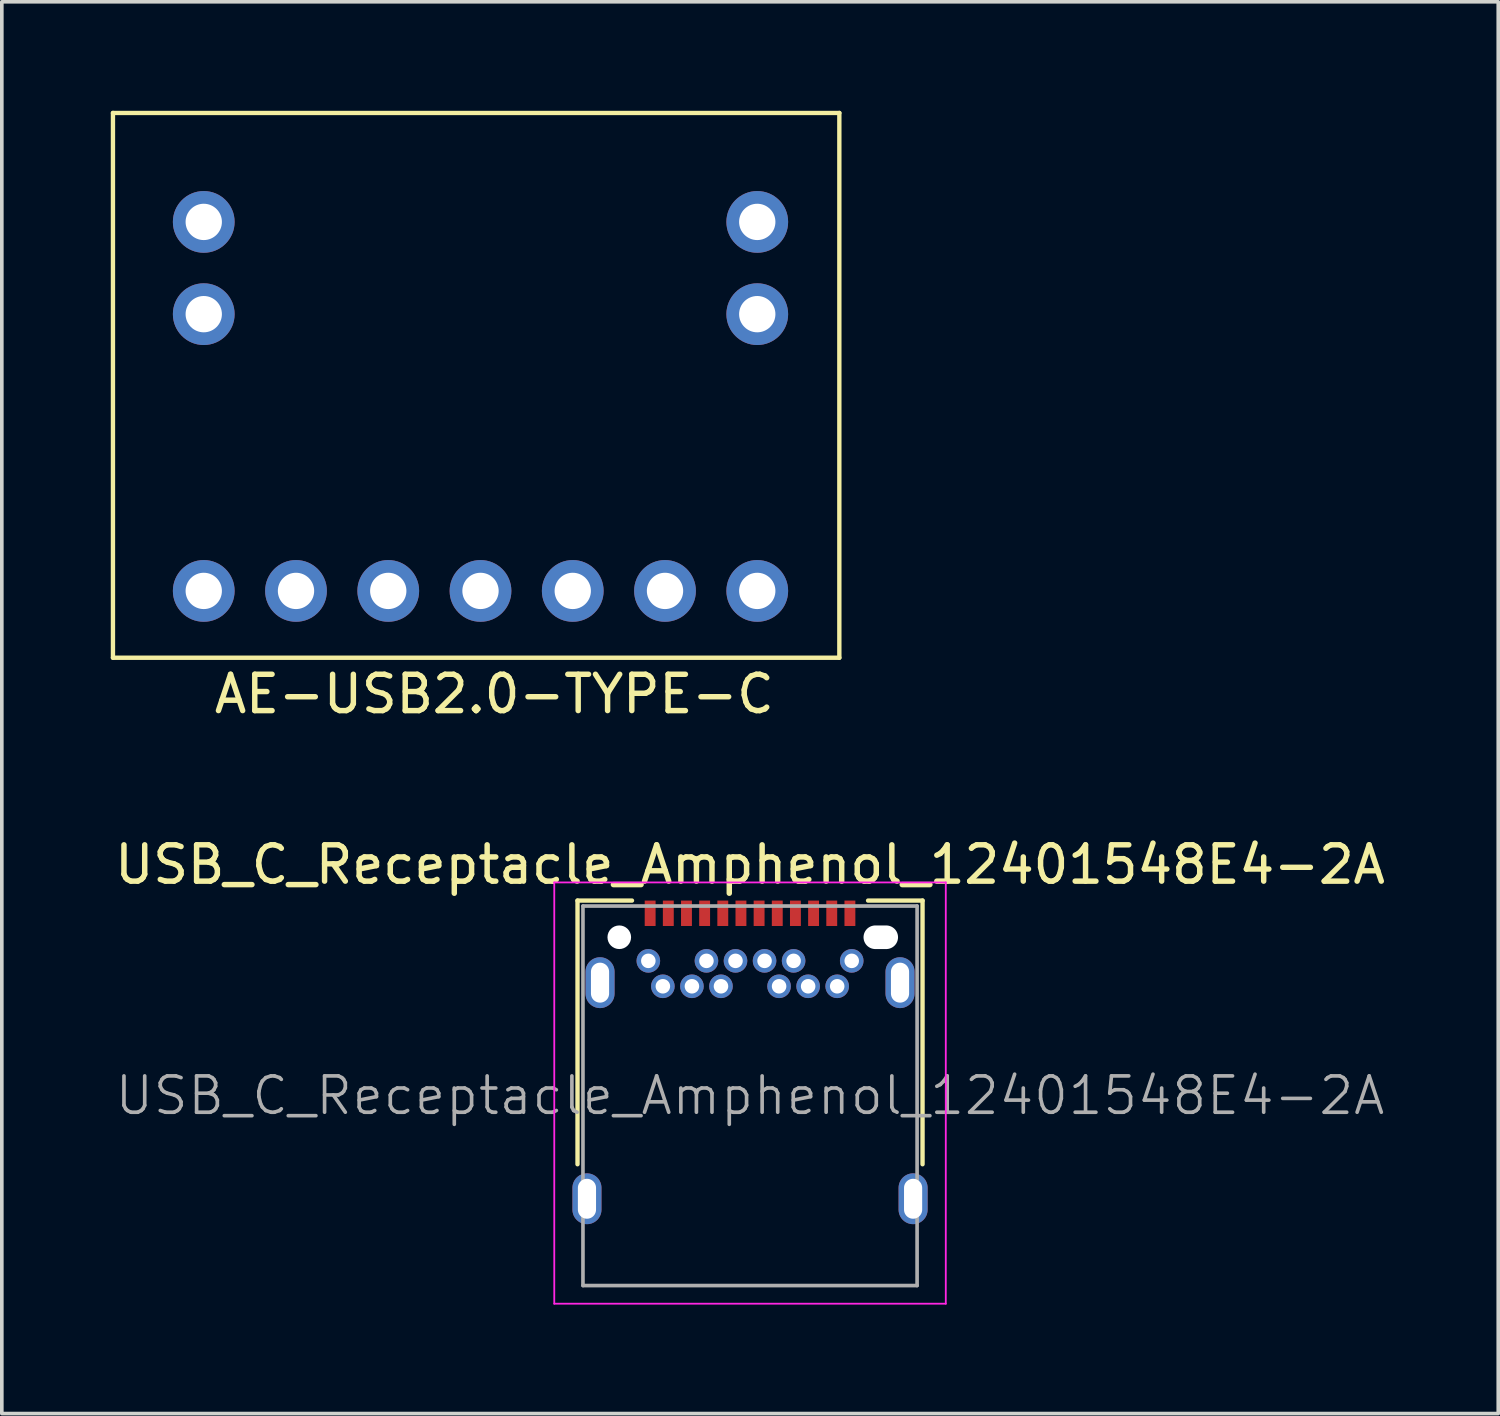
<source format=kicad_pcb>
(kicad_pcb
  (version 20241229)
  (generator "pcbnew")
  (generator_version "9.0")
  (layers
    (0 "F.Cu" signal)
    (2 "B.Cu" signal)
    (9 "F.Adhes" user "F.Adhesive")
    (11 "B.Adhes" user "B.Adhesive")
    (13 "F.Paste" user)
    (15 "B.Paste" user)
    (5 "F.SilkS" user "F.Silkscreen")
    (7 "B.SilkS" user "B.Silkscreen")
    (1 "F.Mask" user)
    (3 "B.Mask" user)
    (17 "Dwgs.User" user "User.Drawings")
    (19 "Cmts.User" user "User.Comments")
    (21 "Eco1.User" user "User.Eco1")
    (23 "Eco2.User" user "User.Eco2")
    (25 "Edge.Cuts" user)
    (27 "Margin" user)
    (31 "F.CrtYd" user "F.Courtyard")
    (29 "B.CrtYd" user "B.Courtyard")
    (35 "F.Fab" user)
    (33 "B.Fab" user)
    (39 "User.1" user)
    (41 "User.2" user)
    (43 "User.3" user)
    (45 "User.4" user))
  (footprint "AE-USB2.0-TYPE-C"
    (layer "F.Cu")
    (at 2.56 3.06)
    (property "Reference" "AE-USB2.0-TYPE-C" (at 8 13 0) (layer "F.SilkS") (effects (font (size 1 1) (thickness 0.15))))
    (attr through_hole)
    (fp_line (start -2.5 -3) (end 17.5 -3) (stroke (width 0.12) (type solid)) (layer "F.SilkS"))
    (fp_line (start -2.5 12) (end -2.5 -3) (stroke (width 0.12) (type solid)) (layer "F.SilkS"))
    (fp_line (start -2.5 12) (end 17.5 12) (stroke (width 0.12) (type solid)) (layer "F.SilkS"))
    (fp_line (start 17.5 12) (end 17.5 -3) (stroke (width 0.12) (type solid)) (layer "F.SilkS"))
    (pad "1" thru_hole circle (at 0 0) (size 1.7 1.7) (drill 1) (layers "*.Cu" "*.Mask"))
    (pad "2" thru_hole circle (at 0 2.54) (size 1.7 1.7) (drill 1) (layers "*.Cu" "*.Mask"))
    (pad "3" thru_hole circle (at 0 10.16) (size 1.7 1.7) (drill 1) (layers "*.Cu" "*.Mask"))
    (pad "4" thru_hole circle (at 2.54 10.16) (size 1.7 1.7) (drill 1) (layers "*.Cu" "*.Mask"))
    (pad "5" thru_hole circle (at 5.08 10.16) (size 1.7 1.7) (drill 1) (layers "*.Cu" "*.Mask"))
    (pad "6" thru_hole circle (at 7.62 10.16) (size 1.7 1.7) (drill 1) (layers "*.Cu" "*.Mask"))
    (pad "7" thru_hole circle (at 10.16 10.16) (size 1.7 1.7) (drill 1) (layers "*.Cu" "*.Mask"))
    (pad "8" thru_hole circle (at 12.7 10.16) (size 1.7 1.7) (drill 1) (layers "*.Cu" "*.Mask"))
    (pad "9" thru_hole circle (at 15.24 10.16) (size 1.7 1.7) (drill 1) (layers "*.Cu" "*.Mask"))
    (pad "10" thru_hole circle (at 15.24 2.54) (size 1.7 1.7) (drill 1) (layers "*.Cu" "*.Mask"))
    (pad "11" thru_hole circle (at 15.24 0) (size 1.7 1.7) (drill 1) (layers "*.Cu" "*.Mask")))
  (footprint "USB_C_Receptacle_Amphenol_12401548E4-2A"
    (layer "F.Cu")
    (at 17.601 27.116)
    (property "Reference" "USB_C_Receptacle_Amphenol_12401548E4-2A" (at 0 -6.36 0) (layer "F.SilkS") (effects (font (size 1 1) (thickness 0.15))))
    (attr smd)
    (fp_line (start -4.75 -5.37) (end -4.75 1.89) (stroke (width 0.12) (type solid)) (layer "F.SilkS"))
    (fp_line (start -4.75 -5.37) (end -3.25 -5.37) (stroke (width 0.12) (type solid)) (layer "F.SilkS"))
    (fp_line (start 3.25 -5.37) (end 4.75 -5.37) (stroke (width 0.12) (type solid)) (layer "F.SilkS"))
    (fp_line (start 4.75 -5.37) (end 4.75 1.89) (stroke (width 0.12) (type solid)) (layer "F.SilkS"))
    (fp_line (start -5.39 -5.87) (end 5.39 -5.87) (stroke (width 0.05) (type solid)) (layer "F.CrtYd"))
    (fp_line (start -5.39 5.73) (end -5.39 -5.87) (stroke (width 0.05) (type solid)) (layer "F.CrtYd"))
    (fp_line (start 5.39 -5.87) (end 5.39 5.73) (stroke (width 0.05) (type solid)) (layer "F.CrtYd"))
    (fp_line (start 5.39 5.73) (end -5.39 5.73) (stroke (width 0.05) (type solid)) (layer "F.CrtYd"))
    (fp_line (start -4.6 -5.22) (end 4.6 -5.22) (stroke (width 0.1) (type solid)) (layer "F.Fab"))
    (fp_line (start -4.6 5.23) (end -4.6 -5.22) (stroke (width 0.1) (type solid)) (layer "F.Fab"))
    (fp_line (start -4.6 5.23) (end 4.6 5.23) (stroke (width 0.1) (type solid)) (layer "F.Fab"))
    (fp_line (start 4.6 5.23) (end 4.6 -5.22) (stroke (width 0.1) (type solid)) (layer "F.Fab"))
    (fp_text user "${REFERENCE}" (at 0 0 0) (layer "F.Fab") (effects (font (size 1 1) (thickness 0.1))))
    (pad "" np_thru_hole circle (at -3.6 -4.36) (size 0.65 0.65) (drill 0.65) (layers "*.Cu" "*.Mask"))
    (pad "" np_thru_hole oval (at 3.6 -4.36) (size 0.95 0.65) (drill oval 0.95 0.65) (layers "*.Cu" "*.Mask"))
    (pad "A1" smd rect (at -2.75 -5.02) (size 0.3 0.7) (layers "F.Cu" "F.Mask" "F.Paste"))
    (pad "A2" smd rect (at -2.25 -5.02) (size 0.3 0.7) (layers "F.Cu" "F.Mask" "F.Paste"))
    (pad "A3" smd rect (at -1.75 -5.02) (size 0.3 0.7) (layers "F.Cu" "F.Mask" "F.Paste"))
    (pad "A4" smd rect (at -1.25 -5.02) (size 0.3 0.7) (layers "F.Cu" "F.Mask" "F.Paste"))
    (pad "A5" smd rect (at -0.75 -5.02) (size 0.3 0.7) (layers "F.Cu" "F.Mask" "F.Paste"))
    (pad "A6" smd rect (at -0.25 -5.02) (size 0.3 0.7) (layers "F.Cu" "F.Mask" "F.Paste"))
    (pad "A7" smd rect (at 0.25 -5.02) (size 0.3 0.7) (layers "F.Cu" "F.Mask" "F.Paste"))
    (pad "A8" smd rect (at 0.75 -5.02) (size 0.3 0.7) (layers "F.Cu" "F.Mask" "F.Paste"))
    (pad "A9" smd rect (at 1.25 -5.02) (size 0.3 0.7) (layers "F.Cu" "F.Mask" "F.Paste"))
    (pad "A10" smd rect (at 1.75 -5.02) (size 0.3 0.7) (layers "F.Cu" "F.Mask" "F.Paste"))
    (pad "A11" smd rect (at 2.25 -5.02) (size 0.3 0.7) (layers "F.Cu" "F.Mask" "F.Paste"))
    (pad "A12" smd rect (at 2.75 -5.02) (size 0.3 0.7) (layers "F.Cu" "F.Mask" "F.Paste"))
    (pad "B1" thru_hole circle (at 2.8 -3.71) (size 0.65 0.65) (drill 0.4) (layers "*.Cu" "*.Mask"))
    (pad "B2" thru_hole circle (at 2.4 -3.01) (size 0.65 0.65) (drill 0.4) (layers "*.Cu" "*.Mask"))
    (pad "B3" thru_hole circle (at 1.6 -3.01) (size 0.65 0.65) (drill 0.4) (layers "*.Cu" "*.Mask"))
    (pad "B4" thru_hole circle (at 1.2 -3.71) (size 0.65 0.65) (drill 0.4) (layers "*.Cu" "*.Mask"))
    (pad "B5" thru_hole circle (at 0.8 -3.01) (size 0.65 0.65) (drill 0.4) (layers "*.Cu" "*.Mask"))
    (pad "B6" thru_hole circle (at 0.4 -3.71) (size 0.65 0.65) (drill 0.4) (layers "*.Cu" "*.Mask"))
    (pad "B7" thru_hole circle (at -0.4 -3.71) (size 0.65 0.65) (drill 0.4) (layers "*.Cu" "*.Mask"))
    (pad "B8" thru_hole circle (at -0.8 -3.01) (size 0.65 0.65) (drill 0.4) (layers "*.Cu" "*.Mask"))
    (pad "B9" thru_hole circle (at -1.2 -3.71) (size 0.65 0.65) (drill 0.4) (layers "*.Cu" "*.Mask"))
    (pad "B10" thru_hole circle (at -1.6 -3.01) (size 0.65 0.65) (drill 0.4) (layers "*.Cu" "*.Mask"))
    (pad "B11" thru_hole circle (at -2.4 -3.01) (size 0.65 0.65) (drill 0.4) (layers "*.Cu" "*.Mask"))
    (pad "B12" thru_hole circle (at -2.8 -3.71) (size 0.65 0.65) (drill 0.4) (layers "*.Cu" "*.Mask"))
    (pad "S1" thru_hole oval (at -4.49 2.84) (size 0.8 1.4) (drill oval 0.5 1.1) (layers "*.Cu" "*.Mask"))
    (pad "S1" thru_hole oval (at -4.13 -3.11) (size 0.8 1.4) (drill oval 0.5 1.1) (layers "*.Cu" "*.Mask"))
    (pad "S1" thru_hole oval (at 4.13 -3.11) (size 0.8 1.4) (drill oval 0.5 1.1) (layers "*.Cu" "*.Mask"))
    (pad "S1" thru_hole oval (at 4.49 2.84) (size 0.8 1.4) (drill oval 0.5 1.1) (layers "*.Cu" "*.Mask")))
  (gr_rect
    (start -3 -3)
    (end 38.202 35.871)
    (stroke (width 0.1) (type default))
    (fill no)
    (layer "Edge.Cuts")))
</source>
